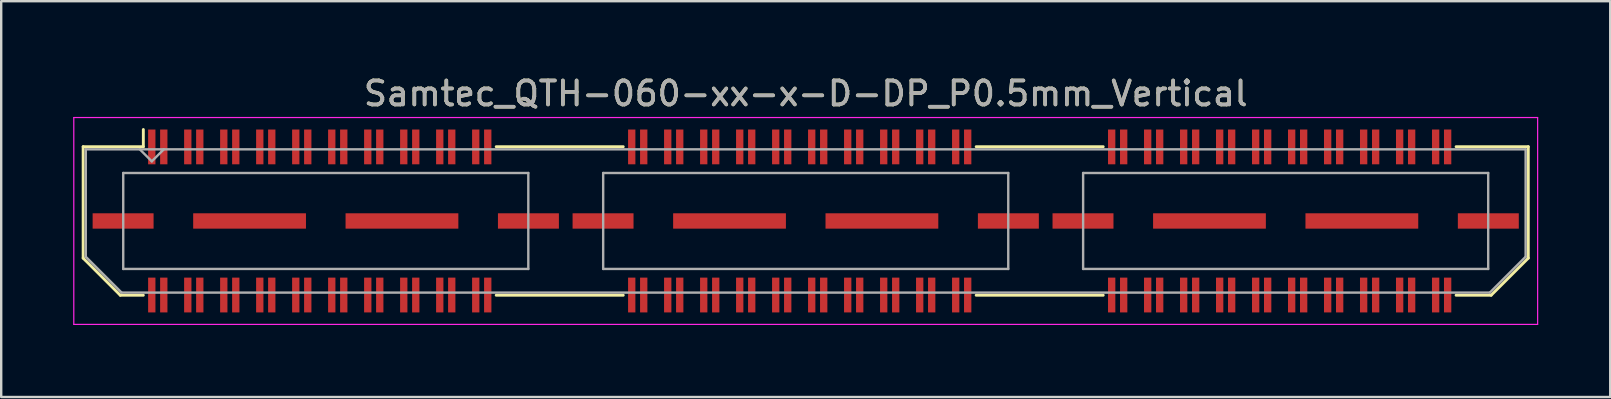
<source format=kicad_pcb>
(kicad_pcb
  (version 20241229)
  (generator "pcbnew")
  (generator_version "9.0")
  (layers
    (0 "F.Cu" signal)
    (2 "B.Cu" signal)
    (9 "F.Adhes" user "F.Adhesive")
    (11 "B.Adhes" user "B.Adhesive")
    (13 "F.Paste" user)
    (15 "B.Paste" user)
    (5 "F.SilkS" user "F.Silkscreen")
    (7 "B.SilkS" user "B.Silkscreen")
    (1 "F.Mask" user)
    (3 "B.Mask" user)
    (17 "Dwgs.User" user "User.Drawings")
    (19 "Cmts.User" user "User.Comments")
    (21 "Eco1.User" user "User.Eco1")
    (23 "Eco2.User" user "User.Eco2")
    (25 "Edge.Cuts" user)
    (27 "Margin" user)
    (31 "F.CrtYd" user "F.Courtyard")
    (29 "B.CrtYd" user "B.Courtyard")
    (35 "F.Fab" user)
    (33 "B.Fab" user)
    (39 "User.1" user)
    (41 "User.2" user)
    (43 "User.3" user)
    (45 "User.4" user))
  (footprint "Samtec_QTH-060-xx-x-D-DP_P0.5mm_Vertical"
    (layer "F.Cu")
    (at 30.525 6.158)
    (property "Reference" "Samtec_QTH-060-xx-x-D-DP_P0.5mm_Vertical" (at 0 -5.31 0) (layer "F.SilkS") (effects (font (size 1 1) (thickness 0.15))))
    (attr smd)
    (fp_line (start -30.11 -3.095) (end -30.11 1.548) (stroke (width 0.12) (type solid)) (layer "F.SilkS"))
    (fp_line (start -30.11 1.548) (end -28.562 3.095) (stroke (width 0.12) (type solid)) (layer "F.SilkS"))
    (fp_line (start -28.562 3.095) (end -27.602 3.095) (stroke (width 0.12) (type solid)) (layer "F.SilkS"))
    (fp_line (start -27.602 -3.811) (end -27.602 -3.095) (stroke (width 0.12) (type solid)) (layer "F.SilkS"))
    (fp_line (start -27.602 -3.095) (end -30.11 -3.095) (stroke (width 0.12) (type solid)) (layer "F.SilkS"))
    (fp_line (start -12.898 -3.095) (end -7.603 -3.095) (stroke (width 0.12) (type solid)) (layer "F.SilkS"))
    (fp_line (start -12.898 3.095) (end -7.603 3.095) (stroke (width 0.12) (type solid)) (layer "F.SilkS"))
    (fp_line (start 7.103 -3.095) (end 12.398 -3.095) (stroke (width 0.12) (type solid)) (layer "F.SilkS"))
    (fp_line (start 7.103 3.095) (end 12.398 3.095) (stroke (width 0.12) (type solid)) (layer "F.SilkS"))
    (fp_line (start 27.102 -3.095) (end 30.11 -3.095) (stroke (width 0.12) (type solid)) (layer "F.SilkS"))
    (fp_line (start 28.562 3.095) (end 27.102 3.095) (stroke (width 0.12) (type solid)) (layer "F.SilkS"))
    (fp_line (start 30.11 -3.095) (end 30.11 1.548) (stroke (width 0.12) (type solid)) (layer "F.SilkS"))
    (fp_line (start 30.11 1.548) (end 28.562 3.095) (stroke (width 0.12) (type solid)) (layer "F.SilkS"))
    (fp_line (start -30.5 -4.31) (end -30.5 4.31) (stroke (width 0.05) (type solid)) (layer "F.CrtYd"))
    (fp_line (start -30.5 4.31) (end 30.5 4.31) (stroke (width 0.05) (type solid)) (layer "F.CrtYd"))
    (fp_line (start 30.5 -4.31) (end -30.5 -4.31) (stroke (width 0.05) (type solid)) (layer "F.CrtYd"))
    (fp_line (start 30.5 4.31) (end 30.5 -4.31) (stroke (width 0.05) (type solid)) (layer "F.CrtYd"))
    (fp_line (start -30 -2.985) (end -30 1.492) (stroke (width 0.1) (type solid)) (layer "F.Fab"))
    (fp_line (start -30 -2.985) (end 30 -2.985) (stroke (width 0.1) (type solid)) (layer "F.Fab"))
    (fp_line (start -30 1.492) (end -28.508 2.985) (stroke (width 0.1) (type solid)) (layer "F.Fab"))
    (fp_line (start -28.508 2.985) (end 28.508 2.985) (stroke (width 0.1) (type solid)) (layer "F.Fab"))
    (fp_line (start -28.44 -2) (end -28.44 2) (stroke (width 0.1) (type solid)) (layer "F.Fab"))
    (fp_line (start -28.44 2) (end -11.56 2) (stroke (width 0.1) (type solid)) (layer "F.Fab"))
    (fp_line (start -27.25 -2.485) (end -27.75 -2.985) (stroke (width 0.1) (type solid)) (layer "F.Fab"))
    (fp_line (start -26.75 -2.985) (end -27.25 -2.485) (stroke (width 0.1) (type solid)) (layer "F.Fab"))
    (fp_line (start -11.56 -2) (end -28.44 -2) (stroke (width 0.1) (type solid)) (layer "F.Fab"))
    (fp_line (start -11.56 2) (end -11.56 -2) (stroke (width 0.1) (type solid)) (layer "F.Fab"))
    (fp_line (start -8.44 -2) (end -8.44 2) (stroke (width 0.1) (type solid)) (layer "F.Fab"))
    (fp_line (start -8.44 2) (end 8.44 2) (stroke (width 0.1) (type solid)) (layer "F.Fab"))
    (fp_line (start 8.44 -2) (end -8.44 -2) (stroke (width 0.1) (type solid)) (layer "F.Fab"))
    (fp_line (start 8.44 2) (end 8.44 -2) (stroke (width 0.1) (type solid)) (layer "F.Fab"))
    (fp_line (start 11.56 -2) (end 11.56 2) (stroke (width 0.1) (type solid)) (layer "F.Fab"))
    (fp_line (start 11.56 2) (end 28.44 2) (stroke (width 0.1) (type solid)) (layer "F.Fab"))
    (fp_line (start 28.44 -2) (end 11.56 -2) (stroke (width 0.1) (type solid)) (layer "F.Fab"))
    (fp_line (start 28.44 2) (end 28.44 -2) (stroke (width 0.1) (type solid)) (layer "F.Fab"))
    (fp_line (start 30 -2.985) (end 30 1.492) (stroke (width 0.1) (type solid)) (layer "F.Fab"))
    (fp_line (start 30 1.492) (end 28.508 2.985) (stroke (width 0.1) (type solid)) (layer "F.Fab"))
    (fp_text user "${REFERENCE}" (at 0 -5.31 0) (layer "F.Fab") (effects (font (size 1 1) (thickness 0.15))))
    (pad "1" smd rect (at -27.25 -3.086) (size 0.305 1.45) (layers "F.Cu" "F.Mask" "F.Paste"))
    (pad "2" smd rect (at -27.25 3.086) (size 0.305 1.45) (layers "F.Cu" "F.Mask" "F.Paste"))
    (pad "3" smd rect (at -26.75 -3.086) (size 0.305 1.45) (layers "F.Cu" "F.Mask" "F.Paste"))
    (pad "4" smd rect (at -26.75 3.086) (size 0.305 1.45) (layers "F.Cu" "F.Mask" "F.Paste"))
    (pad "5" smd rect (at -25.75 -3.086) (size 0.305 1.45) (layers "F.Cu" "F.Mask" "F.Paste"))
    (pad "6" smd rect (at -25.75 3.086) (size 0.305 1.45) (layers "F.Cu" "F.Mask" "F.Paste"))
    (pad "7" smd rect (at -25.25 -3.086) (size 0.305 1.45) (layers "F.Cu" "F.Mask" "F.Paste"))
    (pad "8" smd rect (at -25.25 3.086) (size 0.305 1.45) (layers "F.Cu" "F.Mask" "F.Paste"))
    (pad "9" smd rect (at -24.25 -3.086) (size 0.305 1.45) (layers "F.Cu" "F.Mask" "F.Paste"))
    (pad "10" smd rect (at -24.25 3.086) (size 0.305 1.45) (layers "F.Cu" "F.Mask" "F.Paste"))
    (pad "11" smd rect (at -23.75 -3.086) (size 0.305 1.45) (layers "F.Cu" "F.Mask" "F.Paste"))
    (pad "12" smd rect (at -23.75 3.086) (size 0.305 1.45) (layers "F.Cu" "F.Mask" "F.Paste"))
    (pad "13" smd rect (at -22.75 -3.086) (size 0.305 1.45) (layers "F.Cu" "F.Mask" "F.Paste"))
    (pad "14" smd rect (at -22.75 3.086) (size 0.305 1.45) (layers "F.Cu" "F.Mask" "F.Paste"))
    (pad "15" smd rect (at -22.25 -3.086) (size 0.305 1.45) (layers "F.Cu" "F.Mask" "F.Paste"))
    (pad "16" smd rect (at -22.25 3.086) (size 0.305 1.45) (layers "F.Cu" "F.Mask" "F.Paste"))
    (pad "17" smd rect (at -21.25 -3.086) (size 0.305 1.45) (layers "F.Cu" "F.Mask" "F.Paste"))
    (pad "18" smd rect (at -21.25 3.086) (size 0.305 1.45) (layers "F.Cu" "F.Mask" "F.Paste"))
    (pad "19" smd rect (at -20.75 -3.086) (size 0.305 1.45) (layers "F.Cu" "F.Mask" "F.Paste"))
    (pad "20" smd rect (at -20.75 3.086) (size 0.305 1.45) (layers "F.Cu" "F.Mask" "F.Paste"))
    (pad "21" smd rect (at -19.75 -3.086) (size 0.305 1.45) (layers "F.Cu" "F.Mask" "F.Paste"))
    (pad "22" smd rect (at -19.75 3.086) (size 0.305 1.45) (layers "F.Cu" "F.Mask" "F.Paste"))
    (pad "23" smd rect (at -19.25 -3.086) (size 0.305 1.45) (layers "F.Cu" "F.Mask" "F.Paste"))
    (pad "24" smd rect (at -19.25 3.086) (size 0.305 1.45) (layers "F.Cu" "F.Mask" "F.Paste"))
    (pad "25" smd rect (at -18.25 -3.086) (size 0.305 1.45) (layers "F.Cu" "F.Mask" "F.Paste"))
    (pad "26" smd rect (at -18.25 3.086) (size 0.305 1.45) (layers "F.Cu" "F.Mask" "F.Paste"))
    (pad "27" smd rect (at -17.75 -3.086) (size 0.305 1.45) (layers "F.Cu" "F.Mask" "F.Paste"))
    (pad "28" smd rect (at -17.75 3.086) (size 0.305 1.45) (layers "F.Cu" "F.Mask" "F.Paste"))
    (pad "29" smd rect (at -16.75 -3.086) (size 0.305 1.45) (layers "F.Cu" "F.Mask" "F.Paste"))
    (pad "30" smd rect (at -16.75 3.086) (size 0.305 1.45) (layers "F.Cu" "F.Mask" "F.Paste"))
    (pad "31" smd rect (at -16.25 -3.086) (size 0.305 1.45) (layers "F.Cu" "F.Mask" "F.Paste"))
    (pad "32" smd rect (at -16.25 3.086) (size 0.305 1.45) (layers "F.Cu" "F.Mask" "F.Paste"))
    (pad "33" smd rect (at -15.25 -3.086) (size 0.305 1.45) (layers "F.Cu" "F.Mask" "F.Paste"))
    (pad "34" smd rect (at -15.25 3.086) (size 0.305 1.45) (layers "F.Cu" "F.Mask" "F.Paste"))
    (pad "35" smd rect (at -14.75 -3.086) (size 0.305 1.45) (layers "F.Cu" "F.Mask" "F.Paste"))
    (pad "36" smd rect (at -14.75 3.086) (size 0.305 1.45) (layers "F.Cu" "F.Mask" "F.Paste"))
    (pad "37" smd rect (at -13.75 -3.086) (size 0.305 1.45) (layers "F.Cu" "F.Mask" "F.Paste"))
    (pad "38" smd rect (at -13.75 3.086) (size 0.305 1.45) (layers "F.Cu" "F.Mask" "F.Paste"))
    (pad "39" smd rect (at -13.25 -3.086) (size 0.305 1.45) (layers "F.Cu" "F.Mask" "F.Paste"))
    (pad "40" smd rect (at -13.25 3.086) (size 0.305 1.45) (layers "F.Cu" "F.Mask" "F.Paste"))
    (pad "41" smd rect (at -7.25 -3.086) (size 0.305 1.45) (layers "F.Cu" "F.Mask" "F.Paste"))
    (pad "42" smd rect (at -7.25 3.086) (size 0.305 1.45) (layers "F.Cu" "F.Mask" "F.Paste"))
    (pad "43" smd rect (at -6.75 -3.086) (size 0.305 1.45) (layers "F.Cu" "F.Mask" "F.Paste"))
    (pad "44" smd rect (at -6.75 3.086) (size 0.305 1.45) (layers "F.Cu" "F.Mask" "F.Paste"))
    (pad "45" smd rect (at -5.75 -3.086) (size 0.305 1.45) (layers "F.Cu" "F.Mask" "F.Paste"))
    (pad "46" smd rect (at -5.75 3.086) (size 0.305 1.45) (layers "F.Cu" "F.Mask" "F.Paste"))
    (pad "47" smd rect (at -5.25 -3.086) (size 0.305 1.45) (layers "F.Cu" "F.Mask" "F.Paste"))
    (pad "48" smd rect (at -5.25 3.086) (size 0.305 1.45) (layers "F.Cu" "F.Mask" "F.Paste"))
    (pad "49" smd rect (at -4.25 -3.086) (size 0.305 1.45) (layers "F.Cu" "F.Mask" "F.Paste"))
    (pad "50" smd rect (at -4.25 3.086) (size 0.305 1.45) (layers "F.Cu" "F.Mask" "F.Paste"))
    (pad "51" smd rect (at -3.75 -3.086) (size 0.305 1.45) (layers "F.Cu" "F.Mask" "F.Paste"))
    (pad "52" smd rect (at -3.75 3.086) (size 0.305 1.45) (layers "F.Cu" "F.Mask" "F.Paste"))
    (pad "53" smd rect (at -2.75 -3.086) (size 0.305 1.45) (layers "F.Cu" "F.Mask" "F.Paste"))
    (pad "54" smd rect (at -2.75 3.086) (size 0.305 1.45) (layers "F.Cu" "F.Mask" "F.Paste"))
    (pad "55" smd rect (at -2.25 -3.086) (size 0.305 1.45) (layers "F.Cu" "F.Mask" "F.Paste"))
    (pad "56" smd rect (at -2.25 3.086) (size 0.305 1.45) (layers "F.Cu" "F.Mask" "F.Paste"))
    (pad "57" smd rect (at -1.25 -3.086) (size 0.305 1.45) (layers "F.Cu" "F.Mask" "F.Paste"))
    (pad "58" smd rect (at -1.25 3.086) (size 0.305 1.45) (layers "F.Cu" "F.Mask" "F.Paste"))
    (pad "59" smd rect (at -0.75 -3.086) (size 0.305 1.45) (layers "F.Cu" "F.Mask" "F.Paste"))
    (pad "60" smd rect (at -0.75 3.086) (size 0.305 1.45) (layers "F.Cu" "F.Mask" "F.Paste"))
    (pad "61" smd rect (at 0.25 -3.086) (size 0.305 1.45) (layers "F.Cu" "F.Mask" "F.Paste"))
    (pad "62" smd rect (at 0.25 3.086) (size 0.305 1.45) (layers "F.Cu" "F.Mask" "F.Paste"))
    (pad "63" smd rect (at 0.75 -3.086) (size 0.305 1.45) (layers "F.Cu" "F.Mask" "F.Paste"))
    (pad "64" smd rect (at 0.75 3.086) (size 0.305 1.45) (layers "F.Cu" "F.Mask" "F.Paste"))
    (pad "65" smd rect (at 1.75 -3.086) (size 0.305 1.45) (layers "F.Cu" "F.Mask" "F.Paste"))
    (pad "66" smd rect (at 1.75 3.086) (size 0.305 1.45) (layers "F.Cu" "F.Mask" "F.Paste"))
    (pad "67" smd rect (at 2.25 -3.086) (size 0.305 1.45) (layers "F.Cu" "F.Mask" "F.Paste"))
    (pad "68" smd rect (at 2.25 3.086) (size 0.305 1.45) (layers "F.Cu" "F.Mask" "F.Paste"))
    (pad "69" smd rect (at 3.25 -3.086) (size 0.305 1.45) (layers "F.Cu" "F.Mask" "F.Paste"))
    (pad "70" smd rect (at 3.25 3.086) (size 0.305 1.45) (layers "F.Cu" "F.Mask" "F.Paste"))
    (pad "71" smd rect (at 3.75 -3.086) (size 0.305 1.45) (layers "F.Cu" "F.Mask" "F.Paste"))
    (pad "72" smd rect (at 3.75 3.086) (size 0.305 1.45) (layers "F.Cu" "F.Mask" "F.Paste"))
    (pad "73" smd rect (at 4.75 -3.086) (size 0.305 1.45) (layers "F.Cu" "F.Mask" "F.Paste"))
    (pad "74" smd rect (at 4.75 3.086) (size 0.305 1.45) (layers "F.Cu" "F.Mask" "F.Paste"))
    (pad "75" smd rect (at 5.25 -3.086) (size 0.305 1.45) (layers "F.Cu" "F.Mask" "F.Paste"))
    (pad "76" smd rect (at 5.25 3.086) (size 0.305 1.45) (layers "F.Cu" "F.Mask" "F.Paste"))
    (pad "77" smd rect (at 6.25 -3.086) (size 0.305 1.45) (layers "F.Cu" "F.Mask" "F.Paste"))
    (pad "78" smd rect (at 6.25 3.086) (size 0.305 1.45) (layers "F.Cu" "F.Mask" "F.Paste"))
    (pad "79" smd rect (at 6.75 -3.086) (size 0.305 1.45) (layers "F.Cu" "F.Mask" "F.Paste"))
    (pad "80" smd rect (at 6.75 3.086) (size 0.305 1.45) (layers "F.Cu" "F.Mask" "F.Paste"))
    (pad "81" smd rect (at 12.75 -3.086) (size 0.305 1.45) (layers "F.Cu" "F.Mask" "F.Paste"))
    (pad "82" smd rect (at 12.75 3.086) (size 0.305 1.45) (layers "F.Cu" "F.Mask" "F.Paste"))
    (pad "83" smd rect (at 13.25 -3.086) (size 0.305 1.45) (layers "F.Cu" "F.Mask" "F.Paste"))
    (pad "84" smd rect (at 13.25 3.086) (size 0.305 1.45) (layers "F.Cu" "F.Mask" "F.Paste"))
    (pad "85" smd rect (at 14.25 -3.086) (size 0.305 1.45) (layers "F.Cu" "F.Mask" "F.Paste"))
    (pad "86" smd rect (at 14.25 3.086) (size 0.305 1.45) (layers "F.Cu" "F.Mask" "F.Paste"))
    (pad "87" smd rect (at 14.75 -3.086) (size 0.305 1.45) (layers "F.Cu" "F.Mask" "F.Paste"))
    (pad "88" smd rect (at 14.75 3.086) (size 0.305 1.45) (layers "F.Cu" "F.Mask" "F.Paste"))
    (pad "89" smd rect (at 15.75 -3.086) (size 0.305 1.45) (layers "F.Cu" "F.Mask" "F.Paste"))
    (pad "90" smd rect (at 15.75 3.086) (size 0.305 1.45) (layers "F.Cu" "F.Mask" "F.Paste"))
    (pad "91" smd rect (at 16.25 -3.086) (size 0.305 1.45) (layers "F.Cu" "F.Mask" "F.Paste"))
    (pad "92" smd rect (at 16.25 3.086) (size 0.305 1.45) (layers "F.Cu" "F.Mask" "F.Paste"))
    (pad "93" smd rect (at 17.25 -3.086) (size 0.305 1.45) (layers "F.Cu" "F.Mask" "F.Paste"))
    (pad "94" smd rect (at 17.25 3.086) (size 0.305 1.45) (layers "F.Cu" "F.Mask" "F.Paste"))
    (pad "95" smd rect (at 17.75 -3.086) (size 0.305 1.45) (layers "F.Cu" "F.Mask" "F.Paste"))
    (pad "96" smd rect (at 17.75 3.086) (size 0.305 1.45) (layers "F.Cu" "F.Mask" "F.Paste"))
    (pad "97" smd rect (at 18.75 -3.086) (size 0.305 1.45) (layers "F.Cu" "F.Mask" "F.Paste"))
    (pad "98" smd rect (at 18.75 3.086) (size 0.305 1.45) (layers "F.Cu" "F.Mask" "F.Paste"))
    (pad "99" smd rect (at 19.25 -3.086) (size 0.305 1.45) (layers "F.Cu" "F.Mask" "F.Paste"))
    (pad "100" smd rect (at 19.25 3.086) (size 0.305 1.45) (layers "F.Cu" "F.Mask" "F.Paste"))
    (pad "101" smd rect (at 20.25 -3.086) (size 0.305 1.45) (layers "F.Cu" "F.Mask" "F.Paste"))
    (pad "102" smd rect (at 20.25 3.086) (size 0.305 1.45) (layers "F.Cu" "F.Mask" "F.Paste"))
    (pad "103" smd rect (at 20.75 -3.086) (size 0.305 1.45) (layers "F.Cu" "F.Mask" "F.Paste"))
    (pad "104" smd rect (at 20.75 3.086) (size 0.305 1.45) (layers "F.Cu" "F.Mask" "F.Paste"))
    (pad "105" smd rect (at 21.75 -3.086) (size 0.305 1.45) (layers "F.Cu" "F.Mask" "F.Paste"))
    (pad "106" smd rect (at 21.75 3.086) (size 0.305 1.45) (layers "F.Cu" "F.Mask" "F.Paste"))
    (pad "107" smd rect (at 22.25 -3.086) (size 0.305 1.45) (layers "F.Cu" "F.Mask" "F.Paste"))
    (pad "108" smd rect (at 22.25 3.086) (size 0.305 1.45) (layers "F.Cu" "F.Mask" "F.Paste"))
    (pad "109" smd rect (at 23.25 -3.086) (size 0.305 1.45) (layers "F.Cu" "F.Mask" "F.Paste"))
    (pad "110" smd rect (at 23.25 3.086) (size 0.305 1.45) (layers "F.Cu" "F.Mask" "F.Paste"))
    (pad "111" smd rect (at 23.75 -3.086) (size 0.305 1.45) (layers "F.Cu" "F.Mask" "F.Paste"))
    (pad "112" smd rect (at 23.75 3.086) (size 0.305 1.45) (layers "F.Cu" "F.Mask" "F.Paste"))
    (pad "113" smd rect (at 24.75 -3.086) (size 0.305 1.45) (layers "F.Cu" "F.Mask" "F.Paste"))
    (pad "114" smd rect (at 24.75 3.086) (size 0.305 1.45) (layers "F.Cu" "F.Mask" "F.Paste"))
    (pad "115" smd rect (at 25.25 -3.086) (size 0.305 1.45) (layers "F.Cu" "F.Mask" "F.Paste"))
    (pad "116" smd rect (at 25.25 3.086) (size 0.305 1.45) (layers "F.Cu" "F.Mask" "F.Paste"))
    (pad "117" smd rect (at 26.25 -3.086) (size 0.305 1.45) (layers "F.Cu" "F.Mask" "F.Paste"))
    (pad "118" smd rect (at 26.25 3.086) (size 0.305 1.45) (layers "F.Cu" "F.Mask" "F.Paste"))
    (pad "119" smd rect (at 26.75 -3.086) (size 0.305 1.45) (layers "F.Cu" "F.Mask" "F.Paste"))
    (pad "120" smd rect (at 26.75 3.086) (size 0.305 1.45) (layers "F.Cu" "F.Mask" "F.Paste"))
    (pad "P1" smd rect (at -28.445 0) (size 2.54 0.64) (layers "F.Cu" "F.Mask" "F.Paste"))
    (pad "P1" smd rect (at -23.175 0) (size 4.7 0.64) (layers "F.Cu" "F.Mask" "F.Paste"))
    (pad "P1" smd rect (at -16.825 0) (size 4.7 0.64) (layers "F.Cu" "F.Mask" "F.Paste"))
    (pad "P1" smd rect (at -11.555 0) (size 2.54 0.64) (layers "F.Cu" "F.Mask" "F.Paste"))
    (pad "P2" smd rect (at -8.445 0) (size 2.54 0.64) (layers "F.Cu" "F.Mask" "F.Paste"))
    (pad "P2" smd rect (at -3.175 0) (size 4.7 0.64) (layers "F.Cu" "F.Mask" "F.Paste"))
    (pad "P2" smd rect (at 3.175 0) (size 4.7 0.64) (layers "F.Cu" "F.Mask" "F.Paste"))
    (pad "P2" smd rect (at 8.445 0) (size 2.54 0.64) (layers "F.Cu" "F.Mask" "F.Paste"))
    (pad "P3" smd rect (at 11.555 0) (size 2.54 0.64) (layers "F.Cu" "F.Mask" "F.Paste"))
    (pad "P3" smd rect (at 16.825 0) (size 4.7 0.64) (layers "F.Cu" "F.Mask" "F.Paste"))
    (pad "P3" smd rect (at 23.175 0) (size 4.7 0.64) (layers "F.Cu" "F.Mask" "F.Paste"))
    (pad "P3" smd rect (at 28.445 0) (size 2.54 0.64) (layers "F.Cu" "F.Mask" "F.Paste")))
  (gr_rect
    (start -3 -3)
    (end 64.05 13.493)
    (stroke (width 0.1) (type default))
    (fill no)
    (layer "Edge.Cuts")))
</source>
